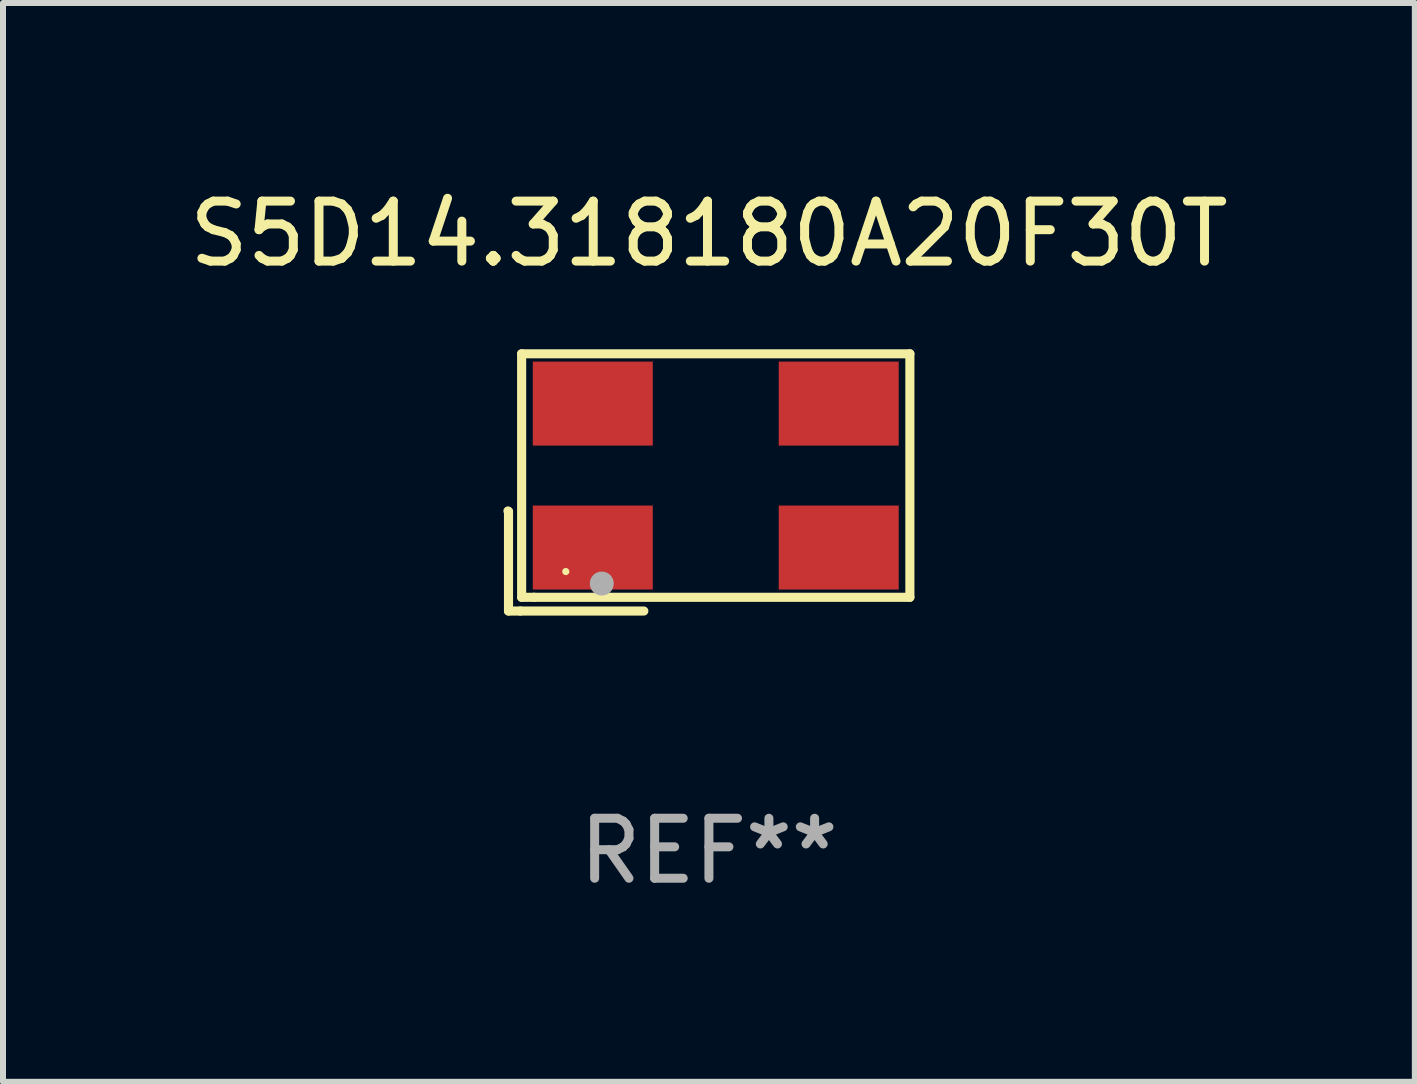
<source format=kicad_pcb>
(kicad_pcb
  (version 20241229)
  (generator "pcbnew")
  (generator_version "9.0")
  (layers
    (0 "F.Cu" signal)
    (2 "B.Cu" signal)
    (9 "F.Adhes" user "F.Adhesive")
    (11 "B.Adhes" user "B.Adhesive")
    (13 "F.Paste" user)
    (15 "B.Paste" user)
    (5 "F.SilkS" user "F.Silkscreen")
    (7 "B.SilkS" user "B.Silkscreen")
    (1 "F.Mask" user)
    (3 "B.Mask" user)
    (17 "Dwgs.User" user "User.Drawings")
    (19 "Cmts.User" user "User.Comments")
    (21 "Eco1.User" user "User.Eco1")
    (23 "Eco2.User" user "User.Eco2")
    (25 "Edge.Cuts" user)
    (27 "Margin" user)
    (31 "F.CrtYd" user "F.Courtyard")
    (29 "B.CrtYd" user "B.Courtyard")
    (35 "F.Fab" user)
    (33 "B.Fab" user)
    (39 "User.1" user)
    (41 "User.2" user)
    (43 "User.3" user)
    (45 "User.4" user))
  (footprint "S5D14.318180A20F30T"
    (layer "F.Cu")
    (at 8.768 4.992)
    (property "Reference" "S5D14.318180A20F30T" (at 0 -4.144 0) (layer "F.SilkS") (effects (font (size 1 1) (thickness 0.15))))
    (attr through_hole)
    (fp_line (start -3.35 0.476) (end -3.341 0.485) (stroke (width 0.152) (type solid)) (layer "F.SilkS"))
    (fp_line (start -3.341 0.485) (end -3.341 2.144) (stroke (width 0.152) (type solid)) (layer "F.SilkS"))
    (fp_line (start -3.341 2.144) (end -3.143 2.144) (stroke (width 0.152) (type solid)) (layer "F.SilkS"))
    (fp_line (start -3.143 2.144) (end -1.085 2.144) (stroke (width 0.152) (type solid)) (layer "F.SilkS"))
    (fp_line (start -3.122 -2.144) (end 3.35 -2.144) (stroke (width 0.152) (type solid)) (layer "F.SilkS"))
    (fp_line (start -3.122 1.915) (end -3.122 -2.144) (stroke (width 0.152) (type solid)) (layer "F.SilkS"))
    (fp_line (start -2.914 1.915) (end -3.122 1.915) (stroke (width 0.152) (type solid)) (layer "F.SilkS"))
    (fp_line (start 3.35 -2.144) (end 3.35 1.915) (stroke (width 0.152) (type solid)) (layer "F.SilkS"))
    (fp_line (start 3.35 1.915) (end -2.914 1.915) (stroke (width 0.152) (type solid)) (layer "F.SilkS"))
    (fp_circle (center -2.386 1.486) (end -2.356 1.486) (stroke (width 0.06) (type solid)) (fill no) (layer "F.SilkS"))
    (fp_circle (center -1.786 1.686) (end -1.686 1.686) (stroke (width 0.2) (type solid)) (fill no) (layer "F.Fab"))
    (fp_text user "REF**" (at 0 6.144 0) (layer "F.Fab") (effects (font (size 1 1) (thickness 0.15))))
    (pad "1" smd rect (at -1.936 1.086) (size 2 1.4) (layers "F.Cu" "F.Mask" "F.Paste"))
    (pad "2" smd rect (at 2.164 1.086) (size 2 1.4) (layers "F.Cu" "F.Mask" "F.Paste"))
    (pad "3" smd rect (at 2.164 -1.314) (size 2 1.4) (layers "F.Cu" "F.Mask" "F.Paste"))
    (pad "4" smd rect (at -1.936 -1.314) (size 2 1.4) (layers "F.Cu" "F.Mask" "F.Paste")))
  (gr_rect
    (start -3 -3)
    (end 20.536 14.984)
    (stroke (width 0.1) (type default))
    (fill no)
    (layer "Edge.Cuts")))
</source>
